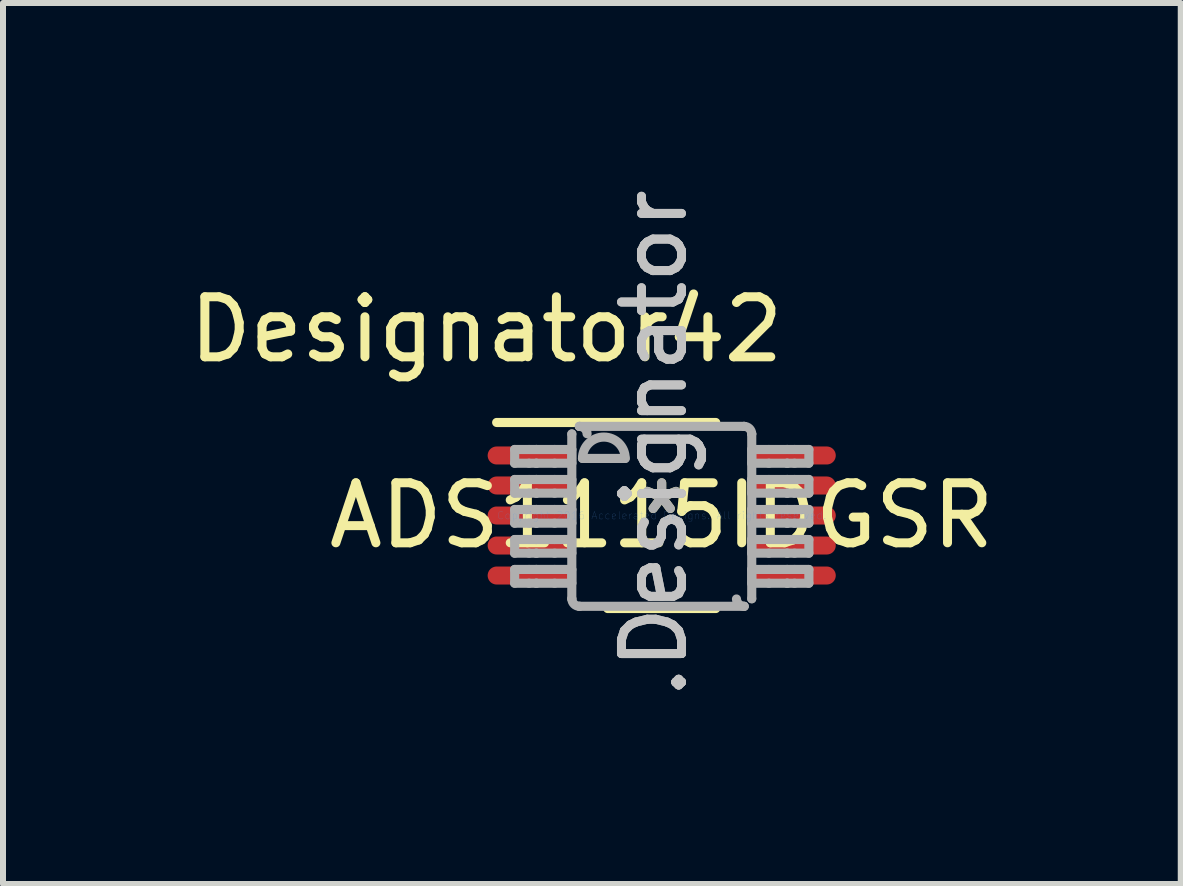
<source format=kicad_pcb>
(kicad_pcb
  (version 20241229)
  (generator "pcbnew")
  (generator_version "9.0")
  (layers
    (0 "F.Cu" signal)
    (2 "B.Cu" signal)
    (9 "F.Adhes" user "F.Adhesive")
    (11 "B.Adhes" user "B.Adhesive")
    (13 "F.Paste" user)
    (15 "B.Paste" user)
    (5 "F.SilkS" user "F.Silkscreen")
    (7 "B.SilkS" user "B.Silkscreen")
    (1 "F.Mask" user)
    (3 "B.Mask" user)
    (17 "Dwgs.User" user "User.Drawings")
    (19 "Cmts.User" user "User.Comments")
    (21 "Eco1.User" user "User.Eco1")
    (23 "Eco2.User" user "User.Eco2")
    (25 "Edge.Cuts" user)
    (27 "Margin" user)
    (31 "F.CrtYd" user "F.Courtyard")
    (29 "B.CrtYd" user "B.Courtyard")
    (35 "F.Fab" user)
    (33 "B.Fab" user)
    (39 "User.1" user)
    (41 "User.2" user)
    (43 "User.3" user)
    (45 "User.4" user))
  (footprint "ADS1115IDGSR"
    (layer "F.Cu")
    (at 7.975 5.539)
    (property "Reference" "ADS1115IDGSR" (at 0 0 0) (layer "F.SilkS") (effects (font (size 1 1) (thickness 0.15))))
    (attr through_hole)
    (fp_line (start -2.75 -1.55) (end 0.9 -1.55) (stroke (width 0.152) (type solid)) (layer "F.SilkS"))
    (fp_line (start -0.9 1.55) (end 0.9 1.55) (stroke (width 0.152) (type solid)) (layer "F.SilkS"))
    (fp_line (start -2.45 -1.1) (end -2.21 -1.1) (stroke (width 0.152) (type solid)) (layer "F.Fab"))
    (fp_line (start -2.45 -0.871) (end -2.45 -1.1) (stroke (width 0.152) (type solid)) (layer "F.Fab"))
    (fp_line (start -2.45 -0.871) (end -2.21 -0.871) (stroke (width 0.152) (type solid)) (layer "F.Fab"))
    (fp_line (start -2.45 -0.6) (end -2.21 -0.6) (stroke (width 0.152) (type solid)) (layer "F.Fab"))
    (fp_line (start -2.45 -0.372) (end -2.45 -0.6) (stroke (width 0.152) (type solid)) (layer "F.Fab"))
    (fp_line (start -2.45 -0.372) (end -2.21 -0.372) (stroke (width 0.152) (type solid)) (layer "F.Fab"))
    (fp_line (start -2.45 -0.1) (end -2.21 -0.1) (stroke (width 0.152) (type solid)) (layer "F.Fab"))
    (fp_line (start -2.45 0.128) (end -2.45 -0.1) (stroke (width 0.152) (type solid)) (layer "F.Fab"))
    (fp_line (start -2.45 0.128) (end -2.21 0.128) (stroke (width 0.152) (type solid)) (layer "F.Fab"))
    (fp_line (start -2.45 0.4) (end -2.21 0.4) (stroke (width 0.152) (type solid)) (layer "F.Fab"))
    (fp_line (start -2.45 0.628) (end -2.45 0.4) (stroke (width 0.152) (type solid)) (layer "F.Fab"))
    (fp_line (start -2.45 0.628) (end -2.21 0.628) (stroke (width 0.152) (type solid)) (layer "F.Fab"))
    (fp_line (start -2.45 0.899) (end -2.21 0.899) (stroke (width 0.152) (type solid)) (layer "F.Fab"))
    (fp_line (start -2.45 1.128) (end -2.45 0.899) (stroke (width 0.152) (type solid)) (layer "F.Fab"))
    (fp_line (start -2.45 1.128) (end -2.21 1.128) (stroke (width 0.152) (type solid)) (layer "F.Fab"))
    (fp_line (start -2.21 -1.1) (end -2.09 -1.1) (stroke (width 0.152) (type solid)) (layer "F.Fab"))
    (fp_line (start -2.21 -0.871) (end -2.09 -0.871) (stroke (width 0.152) (type solid)) (layer "F.Fab"))
    (fp_line (start -2.21 -0.6) (end -2.09 -0.6) (stroke (width 0.152) (type solid)) (layer "F.Fab"))
    (fp_line (start -2.21 -0.372) (end -2.09 -0.372) (stroke (width 0.152) (type solid)) (layer "F.Fab"))
    (fp_line (start -2.21 -0.1) (end -2.09 -0.1) (stroke (width 0.152) (type solid)) (layer "F.Fab"))
    (fp_line (start -2.21 0.128) (end -2.09 0.128) (stroke (width 0.152) (type solid)) (layer "F.Fab"))
    (fp_line (start -2.21 0.4) (end -2.09 0.4) (stroke (width 0.152) (type solid)) (layer "F.Fab"))
    (fp_line (start -2.21 0.628) (end -2.09 0.628) (stroke (width 0.152) (type solid)) (layer "F.Fab"))
    (fp_line (start -2.21 0.899) (end -2.09 0.899) (stroke (width 0.152) (type solid)) (layer "F.Fab"))
    (fp_line (start -2.21 1.128) (end -2.09 1.128) (stroke (width 0.152) (type solid)) (layer "F.Fab"))
    (fp_line (start -2.09 -1.1) (end -2.087 -1.1) (stroke (width 0.152) (type solid)) (layer "F.Fab"))
    (fp_line (start -2.09 -0.871) (end -2.087 -0.871) (stroke (width 0.152) (type solid)) (layer "F.Fab"))
    (fp_line (start -2.09 -0.6) (end -2.087 -0.6) (stroke (width 0.152) (type solid)) (layer "F.Fab"))
    (fp_line (start -2.09 -0.372) (end -2.087 -0.372) (stroke (width 0.152) (type solid)) (layer "F.Fab"))
    (fp_line (start -2.09 -0.1) (end -2.087 -0.1) (stroke (width 0.152) (type solid)) (layer "F.Fab"))
    (fp_line (start -2.09 0.128) (end -2.087 0.128) (stroke (width 0.152) (type solid)) (layer "F.Fab"))
    (fp_line (start -2.09 0.4) (end -2.087 0.4) (stroke (width 0.152) (type solid)) (layer "F.Fab"))
    (fp_line (start -2.09 0.628) (end -2.087 0.628) (stroke (width 0.152) (type solid)) (layer "F.Fab"))
    (fp_line (start -2.09 0.899) (end -2.087 0.899) (stroke (width 0.152) (type solid)) (layer "F.Fab"))
    (fp_line (start -2.09 1.128) (end -2.087 1.128) (stroke (width 0.152) (type solid)) (layer "F.Fab"))
    (fp_line (start -2.087 -1.1) (end -1.784 -1.1) (stroke (width 0.152) (type solid)) (layer "F.Fab"))
    (fp_line (start -2.087 -0.871) (end -1.784 -0.871) (stroke (width 0.152) (type solid)) (layer "F.Fab"))
    (fp_line (start -2.087 -0.6) (end -1.784 -0.6) (stroke (width 0.152) (type solid)) (layer "F.Fab"))
    (fp_line (start -2.087 -0.372) (end -1.784 -0.372) (stroke (width 0.152) (type solid)) (layer "F.Fab"))
    (fp_line (start -2.087 -0.1) (end -1.784 -0.1) (stroke (width 0.152) (type solid)) (layer "F.Fab"))
    (fp_line (start -2.087 0.128) (end -1.784 0.128) (stroke (width 0.152) (type solid)) (layer "F.Fab"))
    (fp_line (start -2.087 0.4) (end -1.784 0.4) (stroke (width 0.152) (type solid)) (layer "F.Fab"))
    (fp_line (start -2.087 0.628) (end -1.784 0.628) (stroke (width 0.152) (type solid)) (layer "F.Fab"))
    (fp_line (start -2.087 0.899) (end -1.784 0.899) (stroke (width 0.152) (type solid)) (layer "F.Fab"))
    (fp_line (start -2.087 1.128) (end -1.784 1.128) (stroke (width 0.152) (type solid)) (layer "F.Fab"))
    (fp_line (start -1.784 -1.1) (end -1.498 -1.1) (stroke (width 0.152) (type solid)) (layer "F.Fab"))
    (fp_line (start -1.784 -0.871) (end -1.498 -0.871) (stroke (width 0.152) (type solid)) (layer "F.Fab"))
    (fp_line (start -1.784 -0.6) (end -1.498 -0.6) (stroke (width 0.152) (type solid)) (layer "F.Fab"))
    (fp_line (start -1.784 -0.372) (end -1.498 -0.372) (stroke (width 0.152) (type solid)) (layer "F.Fab"))
    (fp_line (start -1.784 -0.1) (end -1.498 -0.1) (stroke (width 0.152) (type solid)) (layer "F.Fab"))
    (fp_line (start -1.784 0.128) (end -1.498 0.128) (stroke (width 0.152) (type solid)) (layer "F.Fab"))
    (fp_line (start -1.784 0.4) (end -1.498 0.4) (stroke (width 0.152) (type solid)) (layer "F.Fab"))
    (fp_line (start -1.784 0.628) (end -1.498 0.628) (stroke (width 0.152) (type solid)) (layer "F.Fab"))
    (fp_line (start -1.784 0.899) (end -1.498 0.899) (stroke (width 0.152) (type solid)) (layer "F.Fab"))
    (fp_line (start -1.784 1.128) (end -1.498 1.128) (stroke (width 0.152) (type solid)) (layer "F.Fab"))
    (fp_line (start -1.498 -1.358) (end -1.497 -1.36) (stroke (width 0.152) (type solid)) (layer "F.Fab"))
    (fp_line (start -1.498 -0.871) (end -1.498 -1.1) (stroke (width 0.152) (type solid)) (layer "F.Fab"))
    (fp_line (start -1.498 -0.372) (end -1.498 -0.6) (stroke (width 0.152) (type solid)) (layer "F.Fab"))
    (fp_line (start -1.498 0.128) (end -1.498 -0.1) (stroke (width 0.152) (type solid)) (layer "F.Fab"))
    (fp_line (start -1.498 0.628) (end -1.498 0.4) (stroke (width 0.152) (type solid)) (layer "F.Fab"))
    (fp_line (start -1.498 1.128) (end -1.498 0.899) (stroke (width 0.152) (type solid)) (layer "F.Fab"))
    (fp_line (start -1.498 1.386) (end -1.498 -1.358) (stroke (width 0.152) (type solid)) (layer "F.Fab"))
    (fp_line (start -1.498 1.386) (end -1.497 1.388) (stroke (width 0.152) (type solid)) (layer "F.Fab"))
    (fp_line (start -1.373 -1.485) (end -1.371 -1.485) (stroke (width 0.152) (type solid)) (layer "F.Fab"))
    (fp_line (start -1.373 1.513) (end -1.371 1.513) (stroke (width 0.152) (type solid)) (layer "F.Fab"))
    (fp_line (start -1.371 -1.485) (end 1.373 -1.485) (stroke (width 0.152) (type solid)) (layer "F.Fab"))
    (fp_line (start -1.371 1.513) (end 1.373 1.513) (stroke (width 0.152) (type solid)) (layer "F.Fab"))
    (fp_line (start -1.32 -0.951) (end -0.609 -0.951) (stroke (width 0.152) (type solid)) (layer "F.Fab"))
    (fp_line (start 1.373 -1.485) (end 1.375 -1.485) (stroke (width 0.152) (type solid)) (layer "F.Fab"))
    (fp_line (start 1.373 1.513) (end 1.375 1.513) (stroke (width 0.152) (type solid)) (layer "F.Fab"))
    (fp_line (start 1.5 -1.36) (end 1.5 -1.358) (stroke (width 0.152) (type solid)) (layer "F.Fab"))
    (fp_line (start 1.5 1.388) (end 1.5 1.386) (stroke (width 0.152) (type solid)) (layer "F.Fab"))
    (fp_line (start 1.5 -1.1) (end 1.786 -1.1) (stroke (width 0.152) (type solid)) (layer "F.Fab"))
    (fp_line (start 1.5 -0.871) (end 1.5 -1.1) (stroke (width 0.152) (type solid)) (layer "F.Fab"))
    (fp_line (start 1.5 -0.871) (end 1.786 -0.871) (stroke (width 0.152) (type solid)) (layer "F.Fab"))
    (fp_line (start 1.5 -0.6) (end 1.786 -0.6) (stroke (width 0.152) (type solid)) (layer "F.Fab"))
    (fp_line (start 1.5 -0.372) (end 1.5 -0.6) (stroke (width 0.152) (type solid)) (layer "F.Fab"))
    (fp_line (start 1.5 -0.372) (end 1.786 -0.372) (stroke (width 0.152) (type solid)) (layer "F.Fab"))
    (fp_line (start 1.5 -0.1) (end 1.786 -0.1) (stroke (width 0.152) (type solid)) (layer "F.Fab"))
    (fp_line (start 1.5 0.128) (end 1.5 -0.1) (stroke (width 0.152) (type solid)) (layer "F.Fab"))
    (fp_line (start 1.5 0.128) (end 1.786 0.128) (stroke (width 0.152) (type solid)) (layer "F.Fab"))
    (fp_line (start 1.5 0.4) (end 1.786 0.4) (stroke (width 0.152) (type solid)) (layer "F.Fab"))
    (fp_line (start 1.5 0.628) (end 1.5 0.4) (stroke (width 0.152) (type solid)) (layer "F.Fab"))
    (fp_line (start 1.5 0.628) (end 1.786 0.628) (stroke (width 0.152) (type solid)) (layer "F.Fab"))
    (fp_line (start 1.5 0.899) (end 1.786 0.899) (stroke (width 0.152) (type solid)) (layer "F.Fab"))
    (fp_line (start 1.5 1.128) (end 1.5 0.899) (stroke (width 0.152) (type solid)) (layer "F.Fab"))
    (fp_line (start 1.5 1.128) (end 1.786 1.128) (stroke (width 0.152) (type solid)) (layer "F.Fab"))
    (fp_line (start 1.5 1.386) (end 1.5 -1.358) (stroke (width 0.152) (type solid)) (layer "F.Fab"))
    (fp_line (start 1.786 -1.1) (end 2.089 -1.1) (stroke (width 0.152) (type solid)) (layer "F.Fab"))
    (fp_line (start 1.786 -0.871) (end 2.089 -0.871) (stroke (width 0.152) (type solid)) (layer "F.Fab"))
    (fp_line (start 1.786 -0.6) (end 2.089 -0.6) (stroke (width 0.152) (type solid)) (layer "F.Fab"))
    (fp_line (start 1.786 -0.372) (end 2.089 -0.372) (stroke (width 0.152) (type solid)) (layer "F.Fab"))
    (fp_line (start 1.786 -0.1) (end 2.089 -0.1) (stroke (width 0.152) (type solid)) (layer "F.Fab"))
    (fp_line (start 1.786 0.128) (end 2.089 0.128) (stroke (width 0.152) (type solid)) (layer "F.Fab"))
    (fp_line (start 1.786 0.4) (end 2.089 0.4) (stroke (width 0.152) (type solid)) (layer "F.Fab"))
    (fp_line (start 1.786 0.628) (end 2.089 0.628) (stroke (width 0.152) (type solid)) (layer "F.Fab"))
    (fp_line (start 1.786 0.899) (end 2.089 0.899) (stroke (width 0.152) (type solid)) (layer "F.Fab"))
    (fp_line (start 1.786 1.128) (end 2.089 1.128) (stroke (width 0.152) (type solid)) (layer "F.Fab"))
    (fp_line (start 2.089 -1.1) (end 2.093 -1.1) (stroke (width 0.152) (type solid)) (layer "F.Fab"))
    (fp_line (start 2.089 -0.871) (end 2.093 -0.871) (stroke (width 0.152) (type solid)) (layer "F.Fab"))
    (fp_line (start 2.089 -0.6) (end 2.093 -0.6) (stroke (width 0.152) (type solid)) (layer "F.Fab"))
    (fp_line (start 2.089 -0.372) (end 2.093 -0.372) (stroke (width 0.152) (type solid)) (layer "F.Fab"))
    (fp_line (start 2.089 -0.1) (end 2.093 -0.1) (stroke (width 0.152) (type solid)) (layer "F.Fab"))
    (fp_line (start 2.089 0.128) (end 2.093 0.128) (stroke (width 0.152) (type solid)) (layer "F.Fab"))
    (fp_line (start 2.089 0.4) (end 2.093 0.4) (stroke (width 0.152) (type solid)) (layer "F.Fab"))
    (fp_line (start 2.089 0.628) (end 2.093 0.628) (stroke (width 0.152) (type solid)) (layer "F.Fab"))
    (fp_line (start 2.089 0.899) (end 2.093 0.899) (stroke (width 0.152) (type solid)) (layer "F.Fab"))
    (fp_line (start 2.089 1.128) (end 2.093 1.128) (stroke (width 0.152) (type solid)) (layer "F.Fab"))
    (fp_line (start 2.093 -1.1) (end 2.213 -1.1) (stroke (width 0.152) (type solid)) (layer "F.Fab"))
    (fp_line (start 2.093 -0.871) (end 2.213 -0.871) (stroke (width 0.152) (type solid)) (layer "F.Fab"))
    (fp_line (start 2.093 -0.6) (end 2.213 -0.6) (stroke (width 0.152) (type solid)) (layer "F.Fab"))
    (fp_line (start 2.093 -0.372) (end 2.213 -0.372) (stroke (width 0.152) (type solid)) (layer "F.Fab"))
    (fp_line (start 2.093 -0.1) (end 2.213 -0.1) (stroke (width 0.152) (type solid)) (layer "F.Fab"))
    (fp_line (start 2.093 0.128) (end 2.213 0.128) (stroke (width 0.152) (type solid)) (layer "F.Fab"))
    (fp_line (start 2.093 0.4) (end 2.213 0.4) (stroke (width 0.152) (type solid)) (layer "F.Fab"))
    (fp_line (start 2.093 0.628) (end 2.213 0.628) (stroke (width 0.152) (type solid)) (layer "F.Fab"))
    (fp_line (start 2.093 0.899) (end 2.213 0.899) (stroke (width 0.152) (type solid)) (layer "F.Fab"))
    (fp_line (start 2.093 1.128) (end 2.213 1.128) (stroke (width 0.152) (type solid)) (layer "F.Fab"))
    (fp_line (start 2.213 -1.1) (end 2.452 -1.1) (stroke (width 0.152) (type solid)) (layer "F.Fab"))
    (fp_line (start 2.213 -0.871) (end 2.452 -0.871) (stroke (width 0.152) (type solid)) (layer "F.Fab"))
    (fp_line (start 2.213 -0.6) (end 2.452 -0.6) (stroke (width 0.152) (type solid)) (layer "F.Fab"))
    (fp_line (start 2.213 -0.372) (end 2.452 -0.372) (stroke (width 0.152) (type solid)) (layer "F.Fab"))
    (fp_line (start 2.213 -0.1) (end 2.452 -0.1) (stroke (width 0.152) (type solid)) (layer "F.Fab"))
    (fp_line (start 2.213 0.128) (end 2.452 0.128) (stroke (width 0.152) (type solid)) (layer "F.Fab"))
    (fp_line (start 2.213 0.4) (end 2.452 0.4) (stroke (width 0.152) (type solid)) (layer "F.Fab"))
    (fp_line (start 2.213 0.628) (end 2.452 0.628) (stroke (width 0.152) (type solid)) (layer "F.Fab"))
    (fp_line (start 2.213 0.899) (end 2.452 0.899) (stroke (width 0.152) (type solid)) (layer "F.Fab"))
    (fp_line (start 2.213 1.128) (end 2.452 1.128) (stroke (width 0.152) (type solid)) (layer "F.Fab"))
    (fp_line (start 2.452 -0.871) (end 2.452 -1.1) (stroke (width 0.152) (type solid)) (layer "F.Fab"))
    (fp_line (start 2.452 -0.372) (end 2.452 -0.6) (stroke (width 0.152) (type solid)) (layer "F.Fab"))
    (fp_line (start 2.452 0.128) (end 2.452 -0.1) (stroke (width 0.152) (type solid)) (layer "F.Fab"))
    (fp_line (start 2.452 0.628) (end 2.452 0.4) (stroke (width 0.152) (type solid)) (layer "F.Fab"))
    (fp_line (start 2.452 1.128) (end 2.452 0.899) (stroke (width 0.152) (type solid)) (layer "F.Fab"))
    (fp_arc (start -1.370485 -1.484561) (mid -1.282648 -1.449285) (end -1.243609 -1.363055) (stroke (width 0.1524) (type solid)) (layer "F.Fab"))
    (fp_arc (start -1.370485 1.512649) (mid -1.458322 1.477373) (end -1.497361 1.391143) (stroke (width 0.1524) (type solid)) (layer "F.Fab"))
    (fp_arc (start -1.3197 -0.951156) (mid -0.9641 -1.306756) (end -0.6085 -0.951156) (stroke (width 0.1524) (type solid)) (layer "F.Fab"))
    (fp_arc (start 1.372697 -1.484561) (mid 1.460542 -1.449282) (end 1.499585 -1.363044) (stroke (width 0.1524) (type solid)) (layer "F.Fab"))
    (fp_arc (start 1.372697 1.512649) (mid 1.284851 1.47737) (end 1.245808 1.391131) (stroke (width 0.1524) (type solid)) (layer "F.Fab"))
    (fp_text user "Designator42" (at -2.921 -3.099 0) (layer "F.SilkS") (effects (font (size 1 1) (thickness 0.15))))
    (fp_text user "*" (at 0 0 0) (layer "F.SilkS") (effects (font (size 1 1) (thickness 0.15))))
    (fp_text user ".Designator" (at -0.125 -1.2 270) (layer "Dwgs.User") (effects (font (size 1 1) (thickness 0.15))))
    (fp_text user "Copyright 2016 Accelerated Designs. All rights reserved." (at 0 0 0) (layer "Cmts.User") (effects (font (size 0.127 0.127) (thickness 0.002))))
    (fp_text user ".Designator" (at -0.125 -1.2 270) (layer "F.Fab") (effects (font (size 1 1) (thickness 0.15))))
    (fp_text user "*" (at 0 0 0) (layer "F.Fab") (effects (font (size 1 1) (thickness 0.15))))
    (pad "1" smd oval (at -2.225 -1 90) (size 0.3 1.35) (layers "F.Cu" "F.Mask" "F.Paste"))
    (pad "2" smd oval (at -2.225 -0.5 90) (size 0.3 1.35) (layers "F.Cu" "F.Mask" "F.Paste"))
    (pad "3" smd oval (at -2.225 0 90) (size 0.3 1.35) (layers "F.Cu" "F.Mask" "F.Paste"))
    (pad "4" smd oval (at -2.225 0.5 90) (size 0.3 1.35) (layers "F.Cu" "F.Mask" "F.Paste"))
    (pad "5" smd oval (at -2.225 1 90) (size 0.3 1.35) (layers "F.Cu" "F.Mask" "F.Paste"))
    (pad "6" smd oval (at 2.225 1 90) (size 0.3 1.35) (layers "F.Cu" "F.Mask" "F.Paste"))
    (pad "7" smd oval (at 2.225 0.5 90) (size 0.3 1.35) (layers "F.Cu" "F.Mask" "F.Paste"))
    (pad "8" smd oval (at 2.225 0 90) (size 0.3 1.35) (layers "F.Cu" "F.Mask" "F.Paste"))
    (pad "9" smd oval (at 2.225 -0.5 90) (size 0.3 1.35) (layers "F.Cu" "F.Mask" "F.Paste"))
    (pad "10" smd oval (at 2.225 -1 90) (size 0.3 1.35) (layers "F.Cu" "F.Mask" "F.Paste")))
  (gr_rect
    (start -3 -3)
    (end 16.623 11.679)
    (stroke (width 0.1) (type default))
    (fill no)
    (layer "Edge.Cuts")))
</source>
